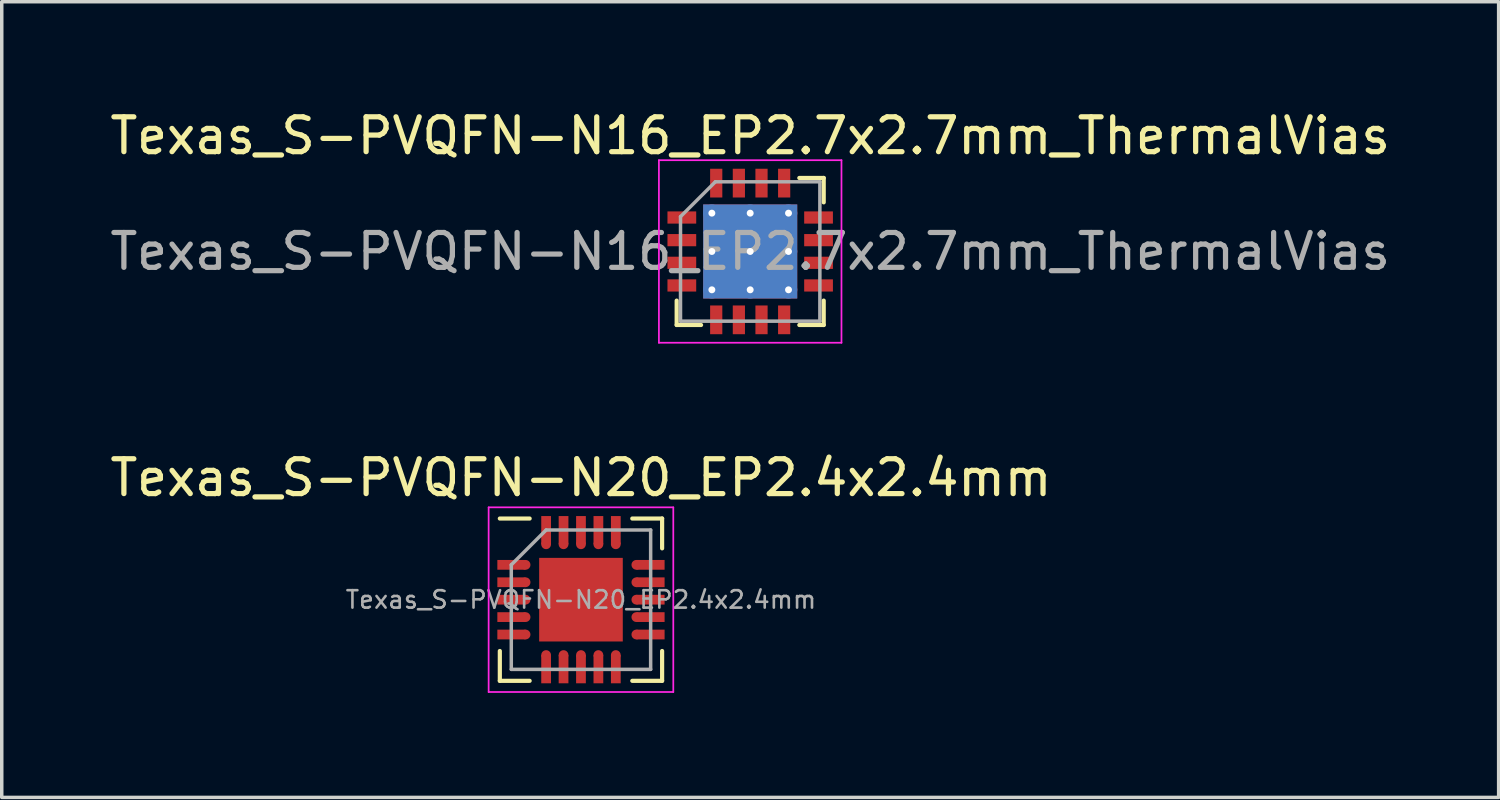
<source format=kicad_pcb>
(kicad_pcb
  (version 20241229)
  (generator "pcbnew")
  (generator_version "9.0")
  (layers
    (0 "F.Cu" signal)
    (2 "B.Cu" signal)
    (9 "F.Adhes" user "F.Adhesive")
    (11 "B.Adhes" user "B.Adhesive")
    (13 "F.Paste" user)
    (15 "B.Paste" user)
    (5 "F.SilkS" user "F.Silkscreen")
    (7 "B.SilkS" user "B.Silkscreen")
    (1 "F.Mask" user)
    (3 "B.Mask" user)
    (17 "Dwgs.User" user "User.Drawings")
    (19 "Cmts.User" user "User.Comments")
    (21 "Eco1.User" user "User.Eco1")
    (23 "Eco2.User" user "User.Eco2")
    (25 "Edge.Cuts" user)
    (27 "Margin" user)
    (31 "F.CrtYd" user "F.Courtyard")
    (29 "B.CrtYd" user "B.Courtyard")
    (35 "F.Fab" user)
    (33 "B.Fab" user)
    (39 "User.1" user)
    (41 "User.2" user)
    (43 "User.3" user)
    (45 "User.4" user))
  (footprint "Texas_S-PVQFN-N20_EP2.4x2.4mm"
    (layer "F.Cu")
    (at 13.625 14.162)
    (property "Reference" "Texas_S-PVQFN-N20_EP2.4x2.4mm" (at 0 -3.5 0) (layer "F.SilkS") (effects (font (size 1 1) (thickness 0.15))))
    (attr smd)
    (fp_line (start -2.329 1.473) (end -2.329 2.329) (stroke (width 0.12) (type solid)) (layer "F.SilkS"))
    (fp_line (start -2.329 2.329) (end -1.473 2.329) (stroke (width 0.12) (type solid)) (layer "F.SilkS"))
    (fp_line (start -1.473 -2.329) (end -2.329 -2.329) (stroke (width 0.12) (type solid)) (layer "F.SilkS"))
    (fp_line (start 1.473 2.329) (end 2.329 2.329) (stroke (width 0.12) (type solid)) (layer "F.SilkS"))
    (fp_line (start 2.329 -2.329) (end 1.473 -2.329) (stroke (width 0.12) (type solid)) (layer "F.SilkS"))
    (fp_line (start 2.329 -1.473) (end 2.329 -2.329) (stroke (width 0.12) (type solid)) (layer "F.SilkS"))
    (fp_line (start 2.329 2.329) (end 2.329 1.473) (stroke (width 0.12) (type solid)) (layer "F.SilkS"))
    (fp_line (start -2.65 -2.65) (end -2.65 2.65) (stroke (width 0.05) (type solid)) (layer "F.CrtYd"))
    (fp_line (start -2.65 -2.65) (end 2.65 -2.65) (stroke (width 0.05) (type solid)) (layer "F.CrtYd"))
    (fp_line (start -2.65 2.65) (end 2.65 2.65) (stroke (width 0.05) (type solid)) (layer "F.CrtYd"))
    (fp_line (start 2.65 2.65) (end 2.65 -2.65) (stroke (width 0.05) (type solid)) (layer "F.CrtYd"))
    (fp_line (start -2 -1) (end -2 2) (stroke (width 0.1) (type solid)) (layer "F.Fab"))
    (fp_line (start -2 -1) (end -1 -2) (stroke (width 0.1) (type solid)) (layer "F.Fab"))
    (fp_line (start -2 2) (end 2 2) (stroke (width 0.1) (type solid)) (layer "F.Fab"))
    (fp_line (start 2 -2) (end -1 -2) (stroke (width 0.1) (type solid)) (layer "F.Fab"))
    (fp_line (start 2 2) (end 2 -2) (stroke (width 0.1) (type solid)) (layer "F.Fab"))
    (fp_text user "${REFERENCE}" (at 0 0 0) (layer "F.Fab") (effects (font (size 0.5 0.5) (thickness 0.075))))
    (pad "" smd rect (at -0.7 -0.7) (size 1 1) (layers "F.Paste"))
    (pad "" smd rect (at -0.7 0.7) (size 1 1) (layers "F.Paste"))
    (pad "" smd rect (at 0.7 -0.7) (size 1 1) (layers "F.Paste"))
    (pad "" smd rect (at 0.7 0.7) (size 1 1) (layers "F.Paste"))
    (pad "1" smd rect (at -1.995 -1 90) (size 0.28 0.81) (layers "F.Cu" "F.Mask" "F.Paste"))
    (pad "1" smd circle (at -1.59 -1) (size 0.28 0.28) (layers "F.Cu" "F.Mask" "F.Paste"))
    (pad "2" smd rect (at -1.995 -0.5 90) (size 0.28 0.81) (layers "F.Cu" "F.Mask" "F.Paste"))
    (pad "2" smd circle (at -1.59 -0.5) (size 0.28 0.28) (layers "F.Cu" "F.Mask" "F.Paste"))
    (pad "3" smd rect (at -1.995 0 90) (size 0.28 0.81) (layers "F.Cu" "F.Mask" "F.Paste"))
    (pad "3" smd circle (at -1.59 0) (size 0.28 0.28) (layers "F.Cu" "F.Mask" "F.Paste"))
    (pad "4" smd rect (at -1.995 0.5 90) (size 0.28 0.81) (layers "F.Cu" "F.Mask" "F.Paste"))
    (pad "4" smd circle (at -1.59 0.5) (size 0.28 0.28) (layers "F.Cu" "F.Mask" "F.Paste"))
    (pad "5" smd rect (at -1.995 1 90) (size 0.28 0.81) (layers "F.Cu" "F.Mask" "F.Paste"))
    (pad "5" smd circle (at -1.59 1) (size 0.28 0.28) (layers "F.Cu" "F.Mask" "F.Paste"))
    (pad "6" smd circle (at -1 1.59) (size 0.28 0.28) (layers "F.Cu" "F.Mask" "F.Paste"))
    (pad "6" smd rect (at -1 1.995) (size 0.28 0.81) (layers "F.Cu" "F.Mask" "F.Paste"))
    (pad "7" smd circle (at -0.5 1.59) (size 0.28 0.28) (layers "F.Cu" "F.Mask" "F.Paste"))
    (pad "7" smd rect (at -0.5 1.995) (size 0.28 0.81) (layers "F.Cu" "F.Mask" "F.Paste"))
    (pad "8" smd circle (at 0 1.59) (size 0.28 0.28) (layers "F.Cu" "F.Mask" "F.Paste"))
    (pad "8" smd rect (at 0 1.995) (size 0.28 0.81) (layers "F.Cu" "F.Mask" "F.Paste"))
    (pad "9" smd circle (at 0.5 1.59) (size 0.28 0.28) (layers "F.Cu" "F.Mask" "F.Paste"))
    (pad "9" smd rect (at 0.5 1.995) (size 0.28 0.81) (layers "F.Cu" "F.Mask" "F.Paste"))
    (pad "10" smd circle (at 1 1.59) (size 0.28 0.28) (layers "F.Cu" "F.Mask" "F.Paste"))
    (pad "10" smd rect (at 1 1.995) (size 0.28 0.81) (layers "F.Cu" "F.Mask" "F.Paste"))
    (pad "11" smd circle (at 1.59 1) (size 0.28 0.28) (layers "F.Cu" "F.Mask" "F.Paste"))
    (pad "11" smd rect (at 1.995 1 90) (size 0.28 0.81) (layers "F.Cu" "F.Mask" "F.Paste"))
    (pad "12" smd circle (at 1.59 0.5) (size 0.28 0.28) (layers "F.Cu" "F.Mask" "F.Paste"))
    (pad "12" smd rect (at 1.995 0.5 90) (size 0.28 0.81) (layers "F.Cu" "F.Mask" "F.Paste"))
    (pad "13" smd circle (at 1.59 0) (size 0.28 0.28) (layers "F.Cu" "F.Mask" "F.Paste"))
    (pad "13" smd rect (at 1.995 0 90) (size 0.28 0.81) (layers "F.Cu" "F.Mask" "F.Paste"))
    (pad "14" smd circle (at 1.59 -0.5) (size 0.28 0.28) (layers "F.Cu" "F.Mask" "F.Paste"))
    (pad "14" smd rect (at 1.995 -0.5 90) (size 0.28 0.81) (layers "F.Cu" "F.Mask" "F.Paste"))
    (pad "15" smd circle (at 1.59 -1) (size 0.28 0.28) (layers "F.Cu" "F.Mask" "F.Paste"))
    (pad "15" smd rect (at 1.995 -1 90) (size 0.28 0.81) (layers "F.Cu" "F.Mask" "F.Paste"))
    (pad "16" smd rect (at 1 -1.995) (size 0.28 0.81) (layers "F.Cu" "F.Mask" "F.Paste"))
    (pad "16" smd circle (at 1 -1.59) (size 0.28 0.28) (layers "F.Cu" "F.Mask" "F.Paste"))
    (pad "17" smd rect (at 0.5 -1.995) (size 0.28 0.81) (layers "F.Cu" "F.Mask" "F.Paste"))
    (pad "17" smd circle (at 0.5 -1.59) (size 0.28 0.28) (layers "F.Cu" "F.Mask" "F.Paste"))
    (pad "18" smd rect (at 0 -1.995) (size 0.28 0.81) (layers "F.Cu" "F.Mask" "F.Paste"))
    (pad "18" smd circle (at 0 -1.59) (size 0.28 0.28) (layers "F.Cu" "F.Mask" "F.Paste"))
    (pad "19" smd rect (at -0.5 -1.995) (size 0.28 0.81) (layers "F.Cu" "F.Mask" "F.Paste"))
    (pad "19" smd circle (at -0.5 -1.59) (size 0.28 0.28) (layers "F.Cu" "F.Mask" "F.Paste"))
    (pad "20" smd rect (at -1 -1.995) (size 0.28 0.81) (layers "F.Cu" "F.Mask" "F.Paste"))
    (pad "20" smd circle (at -1 -1.59) (size 0.28 0.28) (layers "F.Cu" "F.Mask" "F.Paste"))
    (pad "21" smd rect (at 0 0) (size 2.4 2.4) (layers "F.Cu" "F.Mask")))
  (footprint "Texas_S-PVQFN-N16_EP2.7x2.7mm_ThermalVias"
    (layer "F.Cu")
    (at 18.482 4.168)
    (property "Reference" "Texas_S-PVQFN-N16_EP2.7x2.7mm_ThermalVias" (at 0 -3.32 0) (layer "F.SilkS") (effects (font (size 1 1) (thickness 0.15))))
    (attr smd)
    (fp_line (start -2.11 2.11) (end -2.11 1.41) (stroke (width 0.12) (type solid)) (layer "F.SilkS"))
    (fp_line (start -1.41 2.11) (end -2.11 2.11) (stroke (width 0.12) (type solid)) (layer "F.SilkS"))
    (fp_line (start 1.41 -2.11) (end 2.11 -2.11) (stroke (width 0.12) (type solid)) (layer "F.SilkS"))
    (fp_line (start 1.41 2.11) (end 2.11 2.11) (stroke (width 0.12) (type solid)) (layer "F.SilkS"))
    (fp_line (start 2.11 -2.11) (end 2.11 -1.41) (stroke (width 0.12) (type solid)) (layer "F.SilkS"))
    (fp_line (start 2.11 2.11) (end 2.11 1.41) (stroke (width 0.12) (type solid)) (layer "F.SilkS"))
    (fp_line (start -2.62 -2.62) (end -2.62 2.62) (stroke (width 0.05) (type solid)) (layer "F.CrtYd"))
    (fp_line (start -2.62 2.62) (end 2.62 2.62) (stroke (width 0.05) (type solid)) (layer "F.CrtYd"))
    (fp_line (start 2.62 -2.62) (end -2.62 -2.62) (stroke (width 0.05) (type solid)) (layer "F.CrtYd"))
    (fp_line (start 2.62 2.62) (end 2.62 -2.62) (stroke (width 0.05) (type solid)) (layer "F.CrtYd"))
    (fp_line (start -2 -1) (end -1 -2) (stroke (width 0.1) (type solid)) (layer "F.Fab"))
    (fp_line (start -2 2) (end -2 -1) (stroke (width 0.1) (type solid)) (layer "F.Fab"))
    (fp_line (start -1 -2) (end 2 -2) (stroke (width 0.1) (type solid)) (layer "F.Fab"))
    (fp_line (start 2 -2) (end 2 2) (stroke (width 0.1) (type solid)) (layer "F.Fab"))
    (fp_line (start 2 2) (end -2 2) (stroke (width 0.1) (type solid)) (layer "F.Fab"))
    (fp_text user "${REFERENCE}" (at 0 0 0) (layer "F.Fab") (effects (font (size 1 1) (thickness 0.15))))
    (pad "" smd custom (at -0.55 -0.55) (size 0.871 0.871) (layers "F.Paste") (options (anchor circle)) (primitives (gr_poly (pts (xy -0.501 -0.317) (xy -0.317 -0.501) (xy 0.317 -0.501) (xy 0.501 -0.317) (xy 0.501 0.317) (xy 0.317 0.501) (xy -0.317 0.501) (xy -0.501 0.317)) (width 0) (fill yes))))
    (pad "" smd custom (at -0.55 0.55) (size 0.871 0.871) (layers "F.Paste") (options (anchor circle)) (primitives (gr_poly (pts (xy -0.501 -0.317) (xy -0.317 -0.501) (xy 0.317 -0.501) (xy 0.501 -0.317) (xy 0.501 0.317) (xy 0.317 0.501) (xy -0.317 0.501) (xy -0.501 0.317)) (width 0) (fill yes))))
    (pad "" smd custom (at 0.55 -0.55) (size 0.871 0.871) (layers "F.Paste") (options (anchor circle)) (primitives (gr_poly (pts (xy -0.501 -0.317) (xy -0.317 -0.501) (xy 0.317 -0.501) (xy 0.501 -0.317) (xy 0.501 0.317) (xy 0.317 0.501) (xy -0.317 0.501) (xy -0.501 0.317)) (width 0) (fill yes))))
    (pad "" smd custom (at 0.55 0.55) (size 0.871 0.871) (layers "F.Paste") (options (anchor circle)) (primitives (gr_poly (pts (xy -0.501 -0.317) (xy -0.317 -0.501) (xy 0.317 -0.501) (xy 0.501 -0.317) (xy 0.501 0.317) (xy 0.317 0.501) (xy -0.317 0.501) (xy -0.501 0.317)) (width 0) (fill yes))))
    (pad "1" smd rect (at -1.962 -0.975) (size 0.825 0.35) (layers "F.Cu" "F.Mask" "F.Paste"))
    (pad "2" smd rect (at -1.962 -0.325) (size 0.825 0.35) (layers "F.Cu" "F.Mask" "F.Paste"))
    (pad "3" smd rect (at -1.962 0.325) (size 0.825 0.35) (layers "F.Cu" "F.Mask" "F.Paste"))
    (pad "4" smd rect (at -1.962 0.975) (size 0.825 0.35) (layers "F.Cu" "F.Mask" "F.Paste"))
    (pad "5" smd rect (at -0.975 1.962) (size 0.35 0.825) (layers "F.Cu" "F.Mask" "F.Paste"))
    (pad "6" smd rect (at -0.325 1.962) (size 0.35 0.825) (layers "F.Cu" "F.Mask" "F.Paste"))
    (pad "7" smd rect (at 0.325 1.962) (size 0.35 0.825) (layers "F.Cu" "F.Mask" "F.Paste"))
    (pad "8" smd rect (at 0.975 1.962) (size 0.35 0.825) (layers "F.Cu" "F.Mask" "F.Paste"))
    (pad "9" smd rect (at 1.962 0.975) (size 0.825 0.35) (layers "F.Cu" "F.Mask" "F.Paste"))
    (pad "10" smd rect (at 1.962 0.325) (size 0.825 0.35) (layers "F.Cu" "F.Mask" "F.Paste"))
    (pad "11" smd rect (at 1.962 -0.325) (size 0.825 0.35) (layers "F.Cu" "F.Mask" "F.Paste"))
    (pad "12" smd rect (at 1.962 -0.975) (size 0.825 0.35) (layers "F.Cu" "F.Mask" "F.Paste"))
    (pad "13" smd rect (at 0.975 -1.962) (size 0.35 0.825) (layers "F.Cu" "F.Mask" "F.Paste"))
    (pad "14" smd rect (at 0.325 -1.962) (size 0.35 0.825) (layers "F.Cu" "F.Mask" "F.Paste"))
    (pad "15" smd rect (at -0.325 -1.962) (size 0.35 0.825) (layers "F.Cu" "F.Mask" "F.Paste"))
    (pad "16" smd rect (at -0.975 -1.962) (size 0.35 0.825) (layers "F.Cu" "F.Mask" "F.Paste"))
    (pad "17" thru_hole circle (at -1.1 -1.1) (size 0.5 0.5) (drill 0.2) (layers "*.Cu"))
    (pad "17" thru_hole circle (at -1.1 0) (size 0.5 0.5) (drill 0.2) (layers "*.Cu"))
    (pad "17" thru_hole circle (at -1.1 1.1) (size 0.5 0.5) (drill 0.2) (layers "*.Cu"))
    (pad "17" thru_hole circle (at 0 -1.1) (size 0.5 0.5) (drill 0.2) (layers "*.Cu"))
    (pad "17" thru_hole circle (at 0 0) (size 0.5 0.5) (drill 0.2) (layers "*.Cu"))
    (pad "17" smd rect (at 0 0) (size 2.7 2.7) (layers "F.Cu" "F.Mask"))
    (pad "17" smd rect (at 0 0) (size 2.7 2.7) (layers "B.Cu"))
    (pad "17" thru_hole circle (at 0 1.1) (size 0.5 0.5) (drill 0.2) (layers "*.Cu"))
    (pad "17" thru_hole circle (at 1.1 -1.1) (size 0.5 0.5) (drill 0.2) (layers "*.Cu"))
    (pad "17" thru_hole circle (at 1.1 0) (size 0.5 0.5) (drill 0.2) (layers "*.Cu"))
    (pad "17" thru_hole circle (at 1.1 1.1) (size 0.5 0.5) (drill 0.2) (layers "*.Cu")))
  (gr_rect
    (start -3 -3)
    (end 39.964 19.837)
    (stroke (width 0.1) (type default))
    (fill no)
    (layer "Edge.Cuts")))
</source>
